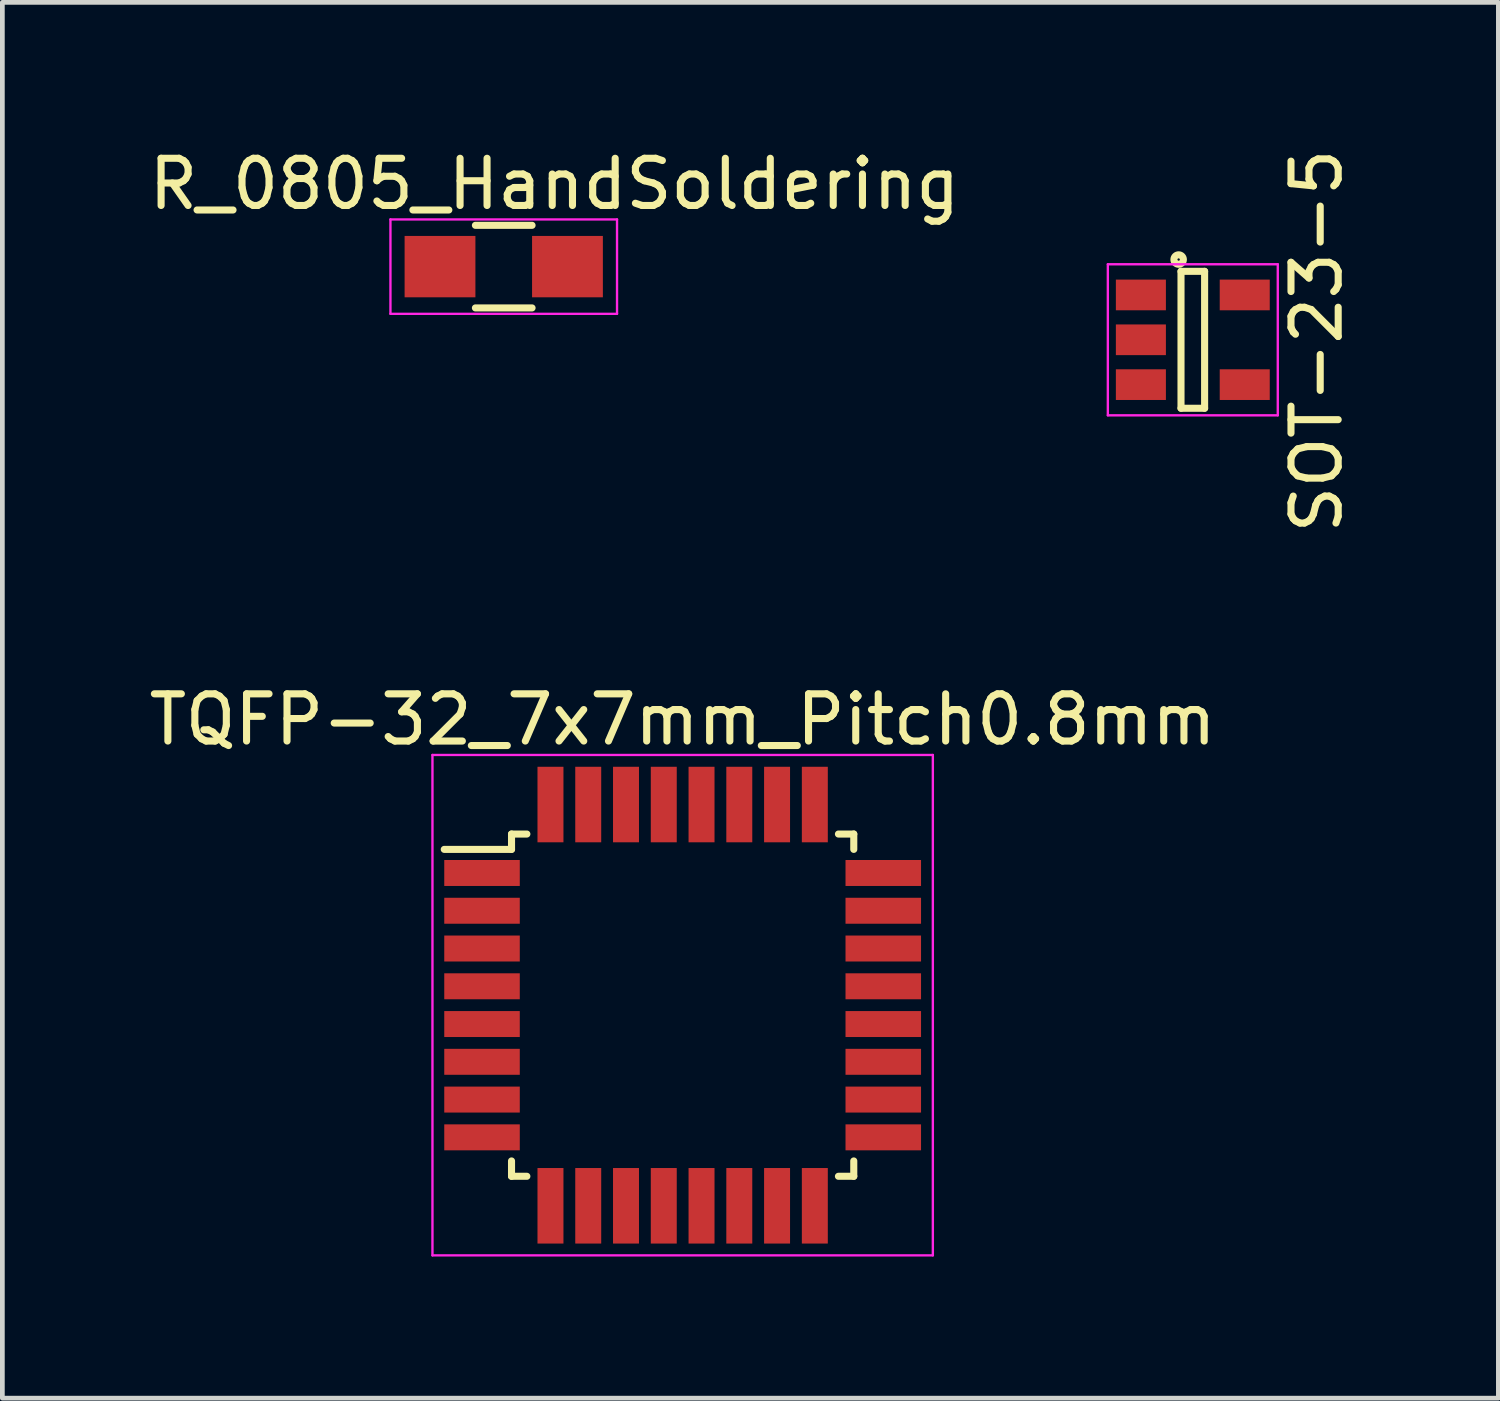
<source format=kicad_pcb>
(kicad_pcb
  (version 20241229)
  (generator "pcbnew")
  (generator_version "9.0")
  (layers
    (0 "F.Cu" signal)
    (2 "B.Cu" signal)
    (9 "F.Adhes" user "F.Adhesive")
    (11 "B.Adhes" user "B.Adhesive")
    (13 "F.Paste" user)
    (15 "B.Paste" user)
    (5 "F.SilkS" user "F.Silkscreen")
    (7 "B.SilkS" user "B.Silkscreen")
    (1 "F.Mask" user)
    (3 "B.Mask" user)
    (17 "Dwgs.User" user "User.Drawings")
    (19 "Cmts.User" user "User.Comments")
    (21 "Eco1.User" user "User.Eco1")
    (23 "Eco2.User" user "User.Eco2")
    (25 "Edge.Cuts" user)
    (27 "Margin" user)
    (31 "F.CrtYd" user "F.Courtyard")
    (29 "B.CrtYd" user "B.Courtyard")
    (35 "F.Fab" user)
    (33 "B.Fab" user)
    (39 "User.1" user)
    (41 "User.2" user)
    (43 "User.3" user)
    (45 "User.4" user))
  (footprint "TQFP-32_7x7mm_Pitch0.8mm"
    (layer "F.Cu")
    (at 11.411 18.243)
    (property "Reference" "TQFP-32_7x7mm_Pitch0.8mm" (at 0 -6.05 0) (layer "F.SilkS") (effects (font (size 1 1) (thickness 0.15))))
    (attr smd)
    (fp_line (start -3.625 -3.625) (end -3.625 -3.3) (stroke (width 0.15) (type solid)) (layer "F.SilkS"))
    (fp_line (start -3.625 -3.625) (end -3.3 -3.625) (stroke (width 0.15) (type solid)) (layer "F.SilkS"))
    (fp_line (start -3.625 -3.3) (end -5.05 -3.3) (stroke (width 0.15) (type solid)) (layer "F.SilkS"))
    (fp_line (start -3.625 3.625) (end -3.625 3.3) (stroke (width 0.15) (type solid)) (layer "F.SilkS"))
    (fp_line (start -3.625 3.625) (end -3.3 3.625) (stroke (width 0.15) (type solid)) (layer "F.SilkS"))
    (fp_line (start 3.625 -3.625) (end 3.3 -3.625) (stroke (width 0.15) (type solid)) (layer "F.SilkS"))
    (fp_line (start 3.625 -3.625) (end 3.625 -3.3) (stroke (width 0.15) (type solid)) (layer "F.SilkS"))
    (fp_line (start 3.625 3.625) (end 3.3 3.625) (stroke (width 0.15) (type solid)) (layer "F.SilkS"))
    (fp_line (start 3.625 3.625) (end 3.625 3.3) (stroke (width 0.15) (type solid)) (layer "F.SilkS"))
    (fp_line (start -5.3 -5.3) (end -5.3 5.3) (stroke (width 0.05) (type solid)) (layer "F.CrtYd"))
    (fp_line (start -5.3 -5.3) (end 5.3 -5.3) (stroke (width 0.05) (type solid)) (layer "F.CrtYd"))
    (fp_line (start -5.3 5.3) (end 5.3 5.3) (stroke (width 0.05) (type solid)) (layer "F.CrtYd"))
    (fp_line (start 5.3 -5.3) (end 5.3 5.3) (stroke (width 0.05) (type solid)) (layer "F.CrtYd"))
    (pad "1" smd rect (at -4.25 -2.8) (size 1.6 0.55) (layers "F.Cu" "F.Mask" "F.Paste"))
    (pad "2" smd rect (at -4.25 -2) (size 1.6 0.55) (layers "F.Cu" "F.Mask" "F.Paste"))
    (pad "3" smd rect (at -4.25 -1.2) (size 1.6 0.55) (layers "F.Cu" "F.Mask" "F.Paste"))
    (pad "4" smd rect (at -4.25 -0.4) (size 1.6 0.55) (layers "F.Cu" "F.Mask" "F.Paste"))
    (pad "5" smd rect (at -4.25 0.4) (size 1.6 0.55) (layers "F.Cu" "F.Mask" "F.Paste"))
    (pad "6" smd rect (at -4.25 1.2) (size 1.6 0.55) (layers "F.Cu" "F.Mask" "F.Paste"))
    (pad "7" smd rect (at -4.25 2) (size 1.6 0.55) (layers "F.Cu" "F.Mask" "F.Paste"))
    (pad "8" smd rect (at -4.25 2.8) (size 1.6 0.55) (layers "F.Cu" "F.Mask" "F.Paste"))
    (pad "9" smd rect (at -2.8 4.25 90) (size 1.6 0.55) (layers "F.Cu" "F.Mask" "F.Paste"))
    (pad "10" smd rect (at -2 4.25 90) (size 1.6 0.55) (layers "F.Cu" "F.Mask" "F.Paste"))
    (pad "11" smd rect (at -1.2 4.25 90) (size 1.6 0.55) (layers "F.Cu" "F.Mask" "F.Paste"))
    (pad "12" smd rect (at -0.4 4.25 90) (size 1.6 0.55) (layers "F.Cu" "F.Mask" "F.Paste"))
    (pad "13" smd rect (at 0.4 4.25 90) (size 1.6 0.55) (layers "F.Cu" "F.Mask" "F.Paste"))
    (pad "14" smd rect (at 1.2 4.25 90) (size 1.6 0.55) (layers "F.Cu" "F.Mask" "F.Paste"))
    (pad "15" smd rect (at 2 4.25 90) (size 1.6 0.55) (layers "F.Cu" "F.Mask" "F.Paste"))
    (pad "16" smd rect (at 2.8 4.25 90) (size 1.6 0.55) (layers "F.Cu" "F.Mask" "F.Paste"))
    (pad "17" smd rect (at 4.25 2.8) (size 1.6 0.55) (layers "F.Cu" "F.Mask" "F.Paste"))
    (pad "18" smd rect (at 4.25 2) (size 1.6 0.55) (layers "F.Cu" "F.Mask" "F.Paste"))
    (pad "19" smd rect (at 4.25 1.2) (size 1.6 0.55) (layers "F.Cu" "F.Mask" "F.Paste"))
    (pad "20" smd rect (at 4.25 0.4) (size 1.6 0.55) (layers "F.Cu" "F.Mask" "F.Paste"))
    (pad "21" smd rect (at 4.25 -0.4) (size 1.6 0.55) (layers "F.Cu" "F.Mask" "F.Paste"))
    (pad "22" smd rect (at 4.25 -1.2) (size 1.6 0.55) (layers "F.Cu" "F.Mask" "F.Paste"))
    (pad "23" smd rect (at 4.25 -2) (size 1.6 0.55) (layers "F.Cu" "F.Mask" "F.Paste"))
    (pad "24" smd rect (at 4.25 -2.8) (size 1.6 0.55) (layers "F.Cu" "F.Mask" "F.Paste"))
    (pad "25" smd rect (at 2.8 -4.25 90) (size 1.6 0.55) (layers "F.Cu" "F.Mask" "F.Paste"))
    (pad "26" smd rect (at 2 -4.25 90) (size 1.6 0.55) (layers "F.Cu" "F.Mask" "F.Paste"))
    (pad "27" smd rect (at 1.2 -4.25 90) (size 1.6 0.55) (layers "F.Cu" "F.Mask" "F.Paste"))
    (pad "28" smd rect (at 0.4 -4.25 90) (size 1.6 0.55) (layers "F.Cu" "F.Mask" "F.Paste"))
    (pad "29" smd rect (at -0.4 -4.25 90) (size 1.6 0.55) (layers "F.Cu" "F.Mask" "F.Paste"))
    (pad "30" smd rect (at -1.2 -4.25 90) (size 1.6 0.55) (layers "F.Cu" "F.Mask" "F.Paste"))
    (pad "31" smd rect (at -2 -4.25 90) (size 1.6 0.55) (layers "F.Cu" "F.Mask" "F.Paste"))
    (pad "32" smd rect (at -2.8 -4.25 90) (size 1.6 0.55) (layers "F.Cu" "F.Mask" "F.Paste")))
  (footprint "R_0805_HandSoldering"
    (layer "F.Cu")
    (at 7.621 2.598)
    (property "Reference" "R_0805_HandSoldering" (at 1.075 -1.75 0) (layer "F.SilkS") (effects (font (size 1 1) (thickness 0.15))))
    (attr smd)
    (fp_line (start -0.6 -0.875) (end 0.6 -0.875) (stroke (width 0.15) (type solid)) (layer "F.SilkS"))
    (fp_line (start 0.6 0.875) (end -0.6 0.875) (stroke (width 0.15) (type solid)) (layer "F.SilkS"))
    (fp_line (start -2.4 -1) (end -2.4 1) (stroke (width 0.05) (type solid)) (layer "F.CrtYd"))
    (fp_line (start -2.4 -1) (end 2.4 -1) (stroke (width 0.05) (type solid)) (layer "F.CrtYd"))
    (fp_line (start -2.4 1) (end 2.4 1) (stroke (width 0.05) (type solid)) (layer "F.CrtYd"))
    (fp_line (start 2.4 -1) (end 2.4 1) (stroke (width 0.05) (type solid)) (layer "F.CrtYd"))
    (pad "1" smd rect (at -1.35 0) (size 1.5 1.3) (layers "F.Cu" "F.Mask" "F.Paste"))
    (pad "2" smd rect (at 1.35 0) (size 1.5 1.3) (layers "F.Cu" "F.Mask" "F.Paste")))
  (footprint "SOT-23-5"
    (layer "F.Cu")
    (at 22.218 4.148)
    (property "Reference" "SOT-23-5" (at 2.625 0.025 270) (layer "F.SilkS") (effects (font (size 1 1) (thickness 0.15))))
    (attr smd)
    (fp_line (start -0.25 -1.45) (end -0.25 1.45) (stroke (width 0.15) (type solid)) (layer "F.SilkS"))
    (fp_line (start -0.25 1.45) (end 0.25 1.45) (stroke (width 0.15) (type solid)) (layer "F.SilkS"))
    (fp_line (start 0.25 -1.45) (end -0.25 -1.45) (stroke (width 0.15) (type solid)) (layer "F.SilkS"))
    (fp_line (start 0.25 1.45) (end 0.25 -1.45) (stroke (width 0.15) (type solid)) (layer "F.SilkS"))
    (fp_circle (center -0.3 -1.7) (end -0.2 -1.7) (stroke (width 0.15) (type solid)) (fill no) (layer "F.SilkS"))
    (fp_line (start -1.8 -1.6) (end 1.8 -1.6) (stroke (width 0.05) (type solid)) (layer "F.CrtYd"))
    (fp_line (start -1.8 1.6) (end -1.8 -1.6) (stroke (width 0.05) (type solid)) (layer "F.CrtYd"))
    (fp_line (start 1.8 -1.6) (end 1.8 1.6) (stroke (width 0.05) (type solid)) (layer "F.CrtYd"))
    (fp_line (start 1.8 1.6) (end -1.8 1.6) (stroke (width 0.05) (type solid)) (layer "F.CrtYd"))
    (pad "1" smd rect (at -1.1 -0.95) (size 1.06 0.65) (layers "F.Cu" "F.Mask" "F.Paste"))
    (pad "2" smd rect (at -1.1 0) (size 1.06 0.65) (layers "F.Cu" "F.Mask" "F.Paste"))
    (pad "3" smd rect (at -1.1 0.95) (size 1.06 0.65) (layers "F.Cu" "F.Mask" "F.Paste"))
    (pad "4" smd rect (at 1.1 0.95) (size 1.06 0.65) (layers "F.Cu" "F.Mask" "F.Paste"))
    (pad "5" smd rect (at 1.1 -0.95) (size 1.06 0.65) (layers "F.Cu" "F.Mask" "F.Paste")))
  (gr_rect
    (start -3 -3)
    (end 28.691 26.568)
    (stroke (width 0.1) (type default))
    (fill no)
    (layer "Edge.Cuts")))
</source>
